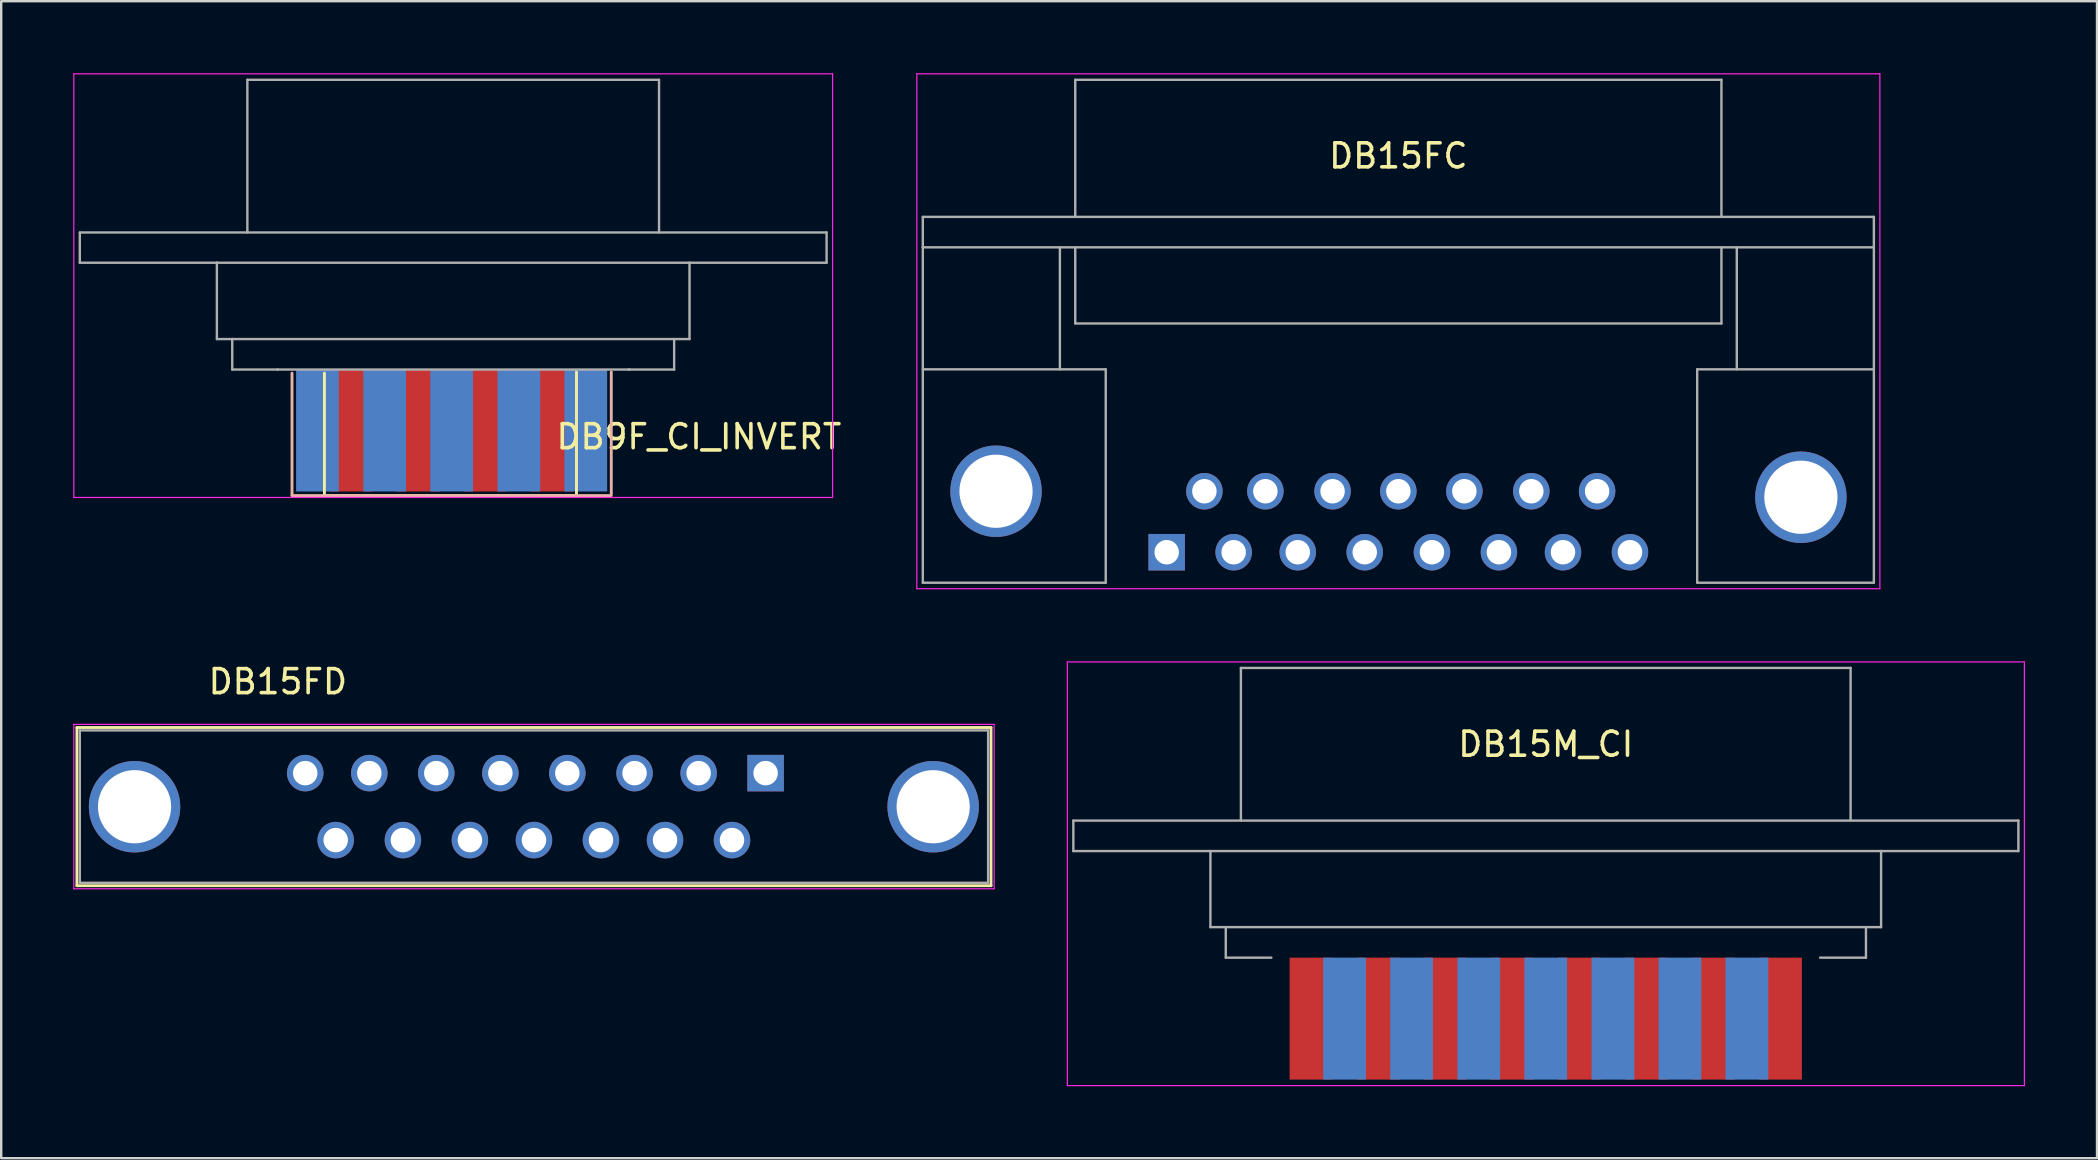
<source format=kicad_pcb>
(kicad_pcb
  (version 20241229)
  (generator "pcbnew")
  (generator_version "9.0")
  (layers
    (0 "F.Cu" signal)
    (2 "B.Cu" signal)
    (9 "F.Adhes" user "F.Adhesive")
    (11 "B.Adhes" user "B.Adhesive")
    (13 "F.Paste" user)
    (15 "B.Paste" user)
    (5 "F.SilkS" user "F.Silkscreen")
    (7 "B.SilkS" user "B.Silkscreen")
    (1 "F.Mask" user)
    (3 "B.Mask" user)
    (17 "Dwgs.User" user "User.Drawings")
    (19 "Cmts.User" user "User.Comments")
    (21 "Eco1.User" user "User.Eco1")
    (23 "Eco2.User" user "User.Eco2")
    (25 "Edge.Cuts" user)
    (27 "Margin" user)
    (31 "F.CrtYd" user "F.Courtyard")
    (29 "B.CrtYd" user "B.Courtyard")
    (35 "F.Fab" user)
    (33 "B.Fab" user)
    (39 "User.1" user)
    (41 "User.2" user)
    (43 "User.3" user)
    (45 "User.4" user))
  (footprint "DB15FD"
    (layer "F.Cu")
    (at 28.845 29.158)
    (property "Reference" "DB15FD" (at -20.32 -3.81 180) (layer "F.SilkS") (effects (font (size 1 1) (thickness 0.15))))
    (attr through_hole)
    (fp_line (start -28.69 -1.9) (end -28.69 4.69) (stroke (width 0.12) (type solid)) (layer "F.SilkS"))
    (fp_line (start -28.69 -1.9) (end 9.39 -1.9) (stroke (width 0.12) (type solid)) (layer "F.SilkS"))
    (fp_line (start 9.39 4.69) (end -28.69 4.69) (stroke (width 0.12) (type solid)) (layer "F.SilkS"))
    (fp_line (start 9.39 4.69) (end 9.39 -1.9) (stroke (width 0.12) (type solid)) (layer "F.SilkS"))
    (fp_line (start -28.82 -2.03) (end -28.82 4.82) (stroke (width 0.05) (type solid)) (layer "F.CrtYd"))
    (fp_line (start -28.82 -2.03) (end 9.52 -2.03) (stroke (width 0.05) (type solid)) (layer "F.CrtYd"))
    (fp_line (start 9.52 4.82) (end -28.82 4.82) (stroke (width 0.05) (type solid)) (layer "F.CrtYd"))
    (fp_line (start 9.52 4.82) (end 9.52 -2.03) (stroke (width 0.05) (type solid)) (layer "F.CrtYd"))
    (fp_line (start -28.57 -1.78) (end -28.57 4.57) (stroke (width 0.1) (type solid)) (layer "F.Fab"))
    (fp_line (start -28.57 4.57) (end 9.27 4.57) (stroke (width 0.1) (type solid)) (layer "F.Fab"))
    (fp_line (start 9.27 -1.78) (end -28.57 -1.78) (stroke (width 0.1) (type solid)) (layer "F.Fab"))
    (fp_line (start 9.27 4.57) (end 9.27 -1.78) (stroke (width 0.1) (type solid)) (layer "F.Fab"))
    (pad "0" thru_hole circle (at -26.29 1.4) (size 3.81 3.81) (drill 3.05) (layers "*.Cu" "*.Mask"))
    (pad "0" thru_hole circle (at 6.98 1.4) (size 3.81 3.81) (drill 3.05) (layers "*.Cu" "*.Mask"))
    (pad "1" thru_hole rect (at 0 0) (size 1.52 1.52) (drill 1.02) (layers "*.Cu" "*.Mask"))
    (pad "2" thru_hole circle (at -2.79 0) (size 1.52 1.52) (drill 1.02) (layers "*.Cu" "*.Mask"))
    (pad "3" thru_hole circle (at -5.46 0) (size 1.52 1.52) (drill 1.02) (layers "*.Cu" "*.Mask"))
    (pad "4" thru_hole circle (at -8.26 0) (size 1.52 1.52) (drill 1.02) (layers "*.Cu" "*.Mask"))
    (pad "5" thru_hole circle (at -11.05 0) (size 1.52 1.52) (drill 1.02) (layers "*.Cu" "*.Mask"))
    (pad "6" thru_hole circle (at -13.72 0) (size 1.52 1.52) (drill 1.02) (layers "*.Cu" "*.Mask"))
    (pad "7" thru_hole circle (at -16.51 0) (size 1.52 1.52) (drill 1.02) (layers "*.Cu" "*.Mask"))
    (pad "8" thru_hole circle (at -19.18 0) (size 1.52 1.52) (drill 1.02) (layers "*.Cu" "*.Mask"))
    (pad "9" thru_hole circle (at -1.4 2.79) (size 1.52 1.52) (drill 1.02) (layers "*.Cu" "*.Mask"))
    (pad "10" thru_hole circle (at -4.19 2.79) (size 1.52 1.52) (drill 1.02) (layers "*.Cu" "*.Mask"))
    (pad "11" thru_hole circle (at -6.86 2.79) (size 1.52 1.52) (drill 1.02) (layers "*.Cu" "*.Mask"))
    (pad "12" thru_hole circle (at -9.65 2.79) (size 1.52 1.52) (drill 1.02) (layers "*.Cu" "*.Mask"))
    (pad "13" thru_hole circle (at -12.32 2.79) (size 1.52 1.52) (drill 1.02) (layers "*.Cu" "*.Mask"))
    (pad "14" thru_hole circle (at -15.11 2.79) (size 1.52 1.52) (drill 1.02) (layers "*.Cu" "*.Mask"))
    (pad "15" thru_hole circle (at -17.91 2.79) (size 1.52 1.52) (drill 1.02) (layers "*.Cu" "*.Mask")))
  (footprint "DB15M_CI"
    (layer "F.Cu")
    (at 71.125 39.385)
    (property "Reference" "DB15M_CI" (at -9.78 -11.43 0) (layer "F.SilkS") (effects (font (size 1 1) (thickness 0.15))))
    (attr through_hole)
    (fp_line (start -29.71 -14.86) (end -29.71 2.79) (stroke (width 0.05) (type solid)) (layer "F.CrtYd"))
    (fp_line (start -29.71 -14.86) (end 10.16 -14.86) (stroke (width 0.05) (type solid)) (layer "F.CrtYd"))
    (fp_line (start 10.16 2.79) (end -29.71 2.79) (stroke (width 0.05) (type solid)) (layer "F.CrtYd"))
    (fp_line (start 10.16 2.79) (end 10.16 -14.86) (stroke (width 0.05) (type solid)) (layer "F.CrtYd"))
    (fp_line (start -29.46 -8.25) (end -29.46 -6.98) (stroke (width 0.1) (type solid)) (layer "F.Fab"))
    (fp_line (start -29.46 -6.98) (end -23.75 -6.98) (stroke (width 0.1) (type solid)) (layer "F.Fab"))
    (fp_line (start -23.75 -6.98) (end -23.75 -3.81) (stroke (width 0.1) (type solid)) (layer "F.Fab"))
    (fp_line (start -23.75 -3.81) (end -23.11 -3.81) (stroke (width 0.1) (type solid)) (layer "F.Fab"))
    (fp_line (start -23.11 -3.81) (end -23.11 -2.54) (stroke (width 0.1) (type solid)) (layer "F.Fab"))
    (fp_line (start -23.11 -2.54) (end -21.21 -2.54) (stroke (width 0.1) (type solid)) (layer "F.Fab"))
    (fp_line (start -22.48 -14.61) (end -22.48 -8.25) (stroke (width 0.1) (type solid)) (layer "F.Fab"))
    (fp_line (start 1.65 -2.54) (end 3.56 -2.54) (stroke (width 0.1) (type solid)) (layer "F.Fab"))
    (fp_line (start 2.92 -14.61) (end -22.48 -14.61) (stroke (width 0.1) (type solid)) (layer "F.Fab"))
    (fp_line (start 2.92 -8.25) (end 2.92 -14.61) (stroke (width 0.1) (type solid)) (layer "F.Fab"))
    (fp_line (start 3.56 -3.81) (end -23.11 -3.81) (stroke (width 0.1) (type solid)) (layer "F.Fab"))
    (fp_line (start 3.56 -3.81) (end 4.19 -3.81) (stroke (width 0.1) (type solid)) (layer "F.Fab"))
    (fp_line (start 3.56 -2.54) (end 3.56 -3.81) (stroke (width 0.1) (type solid)) (layer "F.Fab"))
    (fp_line (start 4.19 -6.98) (end -23.75 -6.98) (stroke (width 0.1) (type solid)) (layer "F.Fab"))
    (fp_line (start 4.19 -6.98) (end 9.91 -6.98) (stroke (width 0.1) (type solid)) (layer "F.Fab"))
    (fp_line (start 4.19 -3.81) (end 4.19 -6.98) (stroke (width 0.1) (type solid)) (layer "F.Fab"))
    (fp_line (start 9.91 -8.25) (end -29.46 -8.25) (stroke (width 0.1) (type solid)) (layer "F.Fab"))
    (fp_line (start 9.91 -6.98) (end 9.91 -8.25) (stroke (width 0.1) (type solid)) (layer "F.Fab"))
    (pad "1" connect rect (at 0 0 180) (size 1.78 5.08) (layers "F.Cu" "F.Mask"))
    (pad "2" connect rect (at -2.79 0 180) (size 1.78 5.08) (layers "F.Cu" "F.Mask"))
    (pad "3" connect rect (at -5.59 0 180) (size 1.78 5.08) (layers "F.Cu" "F.Mask"))
    (pad "4" connect rect (at -8.38 0 180) (size 1.78 5.08) (layers "F.Cu" "F.Mask"))
    (pad "5" connect rect (at -11.18 0 180) (size 1.78 5.08) (layers "F.Cu" "F.Mask"))
    (pad "6" connect rect (at -13.97 0 180) (size 1.78 5.08) (layers "F.Cu" "F.Mask"))
    (pad "7" connect rect (at -16.76 0 180) (size 1.78 5.08) (layers "F.Cu" "F.Mask"))
    (pad "8" connect rect (at -19.56 0 180) (size 1.78 5.08) (layers "F.Cu" "F.Mask"))
    (pad "9" connect rect (at -1.4 0 180) (size 1.78 5.08) (layers "B.Cu" "B.Mask"))
    (pad "10" connect rect (at -4.19 0 180) (size 1.78 5.08) (layers "B.Cu" "B.Mask"))
    (pad "11" connect rect (at -6.98 0 180) (size 1.78 5.08) (layers "B.Cu" "B.Mask"))
    (pad "12" connect rect (at -9.78 0 180) (size 1.78 5.08) (layers "B.Cu" "B.Mask"))
    (pad "13" connect rect (at -12.57 0 180) (size 1.78 5.08) (layers "B.Cu" "B.Mask"))
    (pad "14" connect rect (at -15.37 0 180) (size 1.78 5.08) (layers "B.Cu" "B.Mask"))
    (pad "15" connect rect (at -18.16 0 180) (size 1.78 5.08) (layers "B.Cu" "B.Mask")))
  (footprint "DB9F_CI_INVERT"
    (layer "F.Cu")
    (at 15.765 14.885)
    (property "Reference" "DB9F_CI_INVERT" (at 10.3 0.26 0) (layer "F.SilkS") (effects (font (size 1 1) (thickness 0.15))))
    (attr smd)
    (fp_line (start -5.3 2.71) (end -5.3 -2.39) (stroke (width 0.12) (type solid)) (layer "F.SilkS"))
    (fp_line (start 5.2 -2.44) (end 5.2 2.71) (stroke (width 0.12) (type solid)) (layer "F.SilkS"))
    (fp_line (start 5.2 2.71) (end -5.3 2.71) (stroke (width 0.12) (type solid)) (layer "F.SilkS"))
    (fp_line (start -6.65 2.71) (end -6.65 -2.39) (stroke (width 0.12) (type solid)) (layer "B.SilkS"))
    (fp_line (start -6.65 2.71) (end 6.6 2.71) (stroke (width 0.12) (type solid)) (layer "B.SilkS"))
    (fp_line (start 6.65 2.71) (end 6.65 -2.44) (stroke (width 0.12) (type solid)) (layer "B.SilkS"))
    (fp_line (start -15.74 -14.86) (end -15.74 2.79) (stroke (width 0.05) (type solid)) (layer "F.CrtYd"))
    (fp_line (start -15.74 -14.86) (end 15.87 -14.86) (stroke (width 0.05) (type solid)) (layer "F.CrtYd"))
    (fp_line (start 15.87 2.79) (end -15.74 2.79) (stroke (width 0.05) (type solid)) (layer "F.CrtYd"))
    (fp_line (start 15.87 2.79) (end 15.87 -14.86) (stroke (width 0.05) (type solid)) (layer "F.CrtYd"))
    (fp_line (start -15.49 -8.25) (end 15.62 -8.25) (stroke (width 0.1) (type solid)) (layer "F.Fab"))
    (fp_line (start -15.49 -6.99) (end -15.49 -8.25) (stroke (width 0.1) (type solid)) (layer "F.Fab"))
    (fp_line (start -9.78 -6.99) (end -15.49 -6.99) (stroke (width 0.1) (type solid)) (layer "F.Fab"))
    (fp_line (start -9.78 -3.81) (end -9.78 -6.99) (stroke (width 0.1) (type solid)) (layer "F.Fab"))
    (fp_line (start -9.14 -3.81) (end -9.78 -3.81) (stroke (width 0.1) (type solid)) (layer "F.Fab"))
    (fp_line (start -9.14 -2.54) (end -9.14 -3.81) (stroke (width 0.1) (type solid)) (layer "F.Fab"))
    (fp_line (start -8.51 -14.61) (end 8.64 -14.61) (stroke (width 0.1) (type solid)) (layer "F.Fab"))
    (fp_line (start -8.51 -8.25) (end -8.51 -14.61) (stroke (width 0.1) (type solid)) (layer "F.Fab"))
    (fp_line (start -7.24 -2.54) (end -9.14 -2.54) (stroke (width 0.1) (type solid)) (layer "F.Fab"))
    (fp_line (start 7.37 -2.54) (end 9.27 -2.54) (stroke (width 0.1) (type solid)) (layer "F.Fab"))
    (fp_line (start 7.4 -2.54) (end -7.25 -2.54) (stroke (width 0.1) (type solid)) (layer "F.Fab"))
    (fp_line (start 8.64 -8.25) (end 8.64 -14.61) (stroke (width 0.1) (type solid)) (layer "F.Fab"))
    (fp_line (start 9.27 -3.81) (end -9.14 -3.81) (stroke (width 0.1) (type solid)) (layer "F.Fab"))
    (fp_line (start 9.27 -2.54) (end 9.27 -3.81) (stroke (width 0.1) (type solid)) (layer "F.Fab"))
    (fp_line (start 9.91 -6.99) (end -9.78 -6.99) (stroke (width 0.1) (type solid)) (layer "F.Fab"))
    (fp_line (start 9.91 -3.81) (end 9.27 -3.81) (stroke (width 0.1) (type solid)) (layer "F.Fab"))
    (fp_line (start 9.91 -3.81) (end 9.91 -6.99) (stroke (width 0.1) (type solid)) (layer "F.Fab"))
    (fp_line (start 15.62 -6.99) (end 9.91 -6.99) (stroke (width 0.1) (type solid)) (layer "F.Fab"))
    (fp_line (start 15.62 -6.99) (end 15.62 -8.25) (stroke (width 0.1) (type solid)) (layer "F.Fab"))
    (pad "1" connect rect (at 5.59 0) (size 1.78 5.08) (layers "B.Cu" "B.Mask"))
    (pad "2" connect rect (at 2.8 0) (size 1.78 5.08) (layers "B.Cu" "B.Mask"))
    (pad "3" connect rect (at 0 0) (size 1.78 5.08) (layers "B.Cu" "B.Mask"))
    (pad "4" connect rect (at -2.79 0) (size 1.78 5.08) (layers "B.Cu" "B.Mask"))
    (pad "5" connect rect (at -5.59 0) (size 1.78 5.08) (layers "B.Cu" "B.Mask"))
    (pad "6" connect rect (at 4.19 0) (size 1.78 5.08) (layers "F.Cu" "F.Mask"))
    (pad "7" connect rect (at 1.4 0) (size 1.78 5.08) (layers "F.Cu" "F.Mask"))
    (pad "8" connect rect (at -1.4 0) (size 1.78 5.08) (layers "F.Cu" "F.Mask"))
    (pad "9" connect rect (at -4.19 0) (size 1.78 5.08) (layers "F.Cu" "F.Mask")))
  (footprint "DB15FC"
    (layer "F.Cu")
    (at 45.554 19.955)
    (property "Reference" "DB15FC" (at 9.65 -16.51 0) (layer "F.SilkS") (effects (font (size 1 1) (thickness 0.15))))
    (attr through_hole)
    (fp_line (start -10.41 -19.93) (end -10.41 1.52) (stroke (width 0.05) (type solid)) (layer "F.CrtYd"))
    (fp_line (start -10.41 -19.93) (end 29.71 -19.93) (stroke (width 0.05) (type solid)) (layer "F.CrtYd"))
    (fp_line (start 29.71 1.52) (end -10.41 1.52) (stroke (width 0.05) (type solid)) (layer "F.CrtYd"))
    (fp_line (start 29.71 1.52) (end 29.71 -19.93) (stroke (width 0.05) (type solid)) (layer "F.CrtYd"))
    (fp_line (start -10.16 -13.97) (end -10.16 -12.7) (stroke (width 0.1) (type solid)) (layer "F.Fab"))
    (fp_line (start -10.16 -7.62) (end -2.54 -7.62) (stroke (width 0.1) (type solid)) (layer "F.Fab"))
    (fp_line (start -10.16 1.27) (end -10.16 -12.7) (stroke (width 0.1) (type solid)) (layer "F.Fab"))
    (fp_line (start -10.16 1.27) (end -2.54 1.27) (stroke (width 0.1) (type solid)) (layer "F.Fab"))
    (fp_line (start -4.45 -12.7) (end -4.45 -7.62) (stroke (width 0.1) (type solid)) (layer "F.Fab"))
    (fp_line (start -3.81 -19.68) (end -3.81 -13.97) (stroke (width 0.1) (type solid)) (layer "F.Fab"))
    (fp_line (start -3.81 -19.68) (end 23.11 -19.68) (stroke (width 0.1) (type solid)) (layer "F.Fab"))
    (fp_line (start -3.81 -9.53) (end -3.81 -12.7) (stroke (width 0.1) (type solid)) (layer "F.Fab"))
    (fp_line (start -2.54 -7.62) (end -2.54 1.27) (stroke (width 0.1) (type solid)) (layer "F.Fab"))
    (fp_line (start 22.1 -7.62) (end 29.46 -7.62) (stroke (width 0.1) (type solid)) (layer "F.Fab"))
    (fp_line (start 22.1 1.27) (end 22.1 -7.62) (stroke (width 0.1) (type solid)) (layer "F.Fab"))
    (fp_line (start 23.11 -13.97) (end 23.11 -19.68) (stroke (width 0.1) (type solid)) (layer "F.Fab"))
    (fp_line (start 23.11 -9.53) (end -3.81 -9.53) (stroke (width 0.1) (type solid)) (layer "F.Fab"))
    (fp_line (start 23.11 -9.53) (end 23.11 -12.7) (stroke (width 0.1) (type solid)) (layer "F.Fab"))
    (fp_line (start 23.75 -7.62) (end 23.75 -12.7) (stroke (width 0.1) (type solid)) (layer "F.Fab"))
    (fp_line (start 29.46 -13.97) (end -10.16 -13.97) (stroke (width 0.1) (type solid)) (layer "F.Fab"))
    (fp_line (start 29.46 -12.7) (end -10.16 -12.7) (stroke (width 0.1) (type solid)) (layer "F.Fab"))
    (fp_line (start 29.46 1.27) (end 22.1 1.27) (stroke (width 0.1) (type solid)) (layer "F.Fab"))
    (fp_line (start 29.46 1.27) (end 29.46 -13.97) (stroke (width 0.1) (type solid)) (layer "F.Fab"))
    (pad "" thru_hole circle (at -7.11 -2.54) (size 3.81 3.81) (drill 3.05) (layers "*.Cu" "*.Mask"))
    (pad "" thru_hole circle (at 26.42 -2.29) (size 3.81 3.81) (drill 3.05) (layers "*.Cu" "*.Mask"))
    (pad "1" thru_hole rect (at 0 0) (size 1.52 1.52) (drill 1.02) (layers "*.Cu" "*.Mask"))
    (pad "2" thru_hole circle (at 2.79 0) (size 1.52 1.52) (drill 1.02) (layers "*.Cu" "*.Mask"))
    (pad "3" thru_hole circle (at 5.46 0) (size 1.52 1.52) (drill 1.02) (layers "*.Cu" "*.Mask"))
    (pad "4" thru_hole circle (at 8.25 0) (size 1.52 1.52) (drill 1.02) (layers "*.Cu" "*.Mask"))
    (pad "5" thru_hole circle (at 11.05 0) (size 1.52 1.52) (drill 1.02) (layers "*.Cu" "*.Mask"))
    (pad "6" thru_hole circle (at 13.84 0) (size 1.52 1.52) (drill 1.02) (layers "*.Cu" "*.Mask"))
    (pad "7" thru_hole circle (at 16.51 0) (size 1.52 1.52) (drill 1.02) (layers "*.Cu" "*.Mask"))
    (pad "8" thru_hole circle (at 19.3 0) (size 1.52 1.52) (drill 1.02) (layers "*.Cu" "*.Mask"))
    (pad "9" thru_hole circle (at 1.57 -2.54) (size 1.52 1.52) (drill 1.02) (layers "*.Cu" "*.Mask"))
    (pad "10" thru_hole circle (at 4.11 -2.54) (size 1.52 1.52) (drill 1.02) (layers "*.Cu" "*.Mask"))
    (pad "11" thru_hole circle (at 6.91 -2.54) (size 1.52 1.52) (drill 1.02) (layers "*.Cu" "*.Mask"))
    (pad "12" thru_hole circle (at 9.65 -2.54) (size 1.52 1.52) (drill 1.02) (layers "*.Cu" "*.Mask"))
    (pad "13" thru_hole circle (at 12.4 -2.54) (size 1.52 1.52) (drill 1.02) (layers "*.Cu" "*.Mask"))
    (pad "14" thru_hole circle (at 15.19 -2.54) (size 1.52 1.52) (drill 1.02) (layers "*.Cu" "*.Mask"))
    (pad "15" thru_hole circle (at 17.93 -2.54) (size 1.52 1.52) (drill 1.02) (layers "*.Cu" "*.Mask")))
  (gr_rect
    (start -3 -3)
    (end 84.31 45.2)
    (stroke (width 0.1) (type default))
    (fill no)
    (layer "Edge.Cuts")))
</source>
